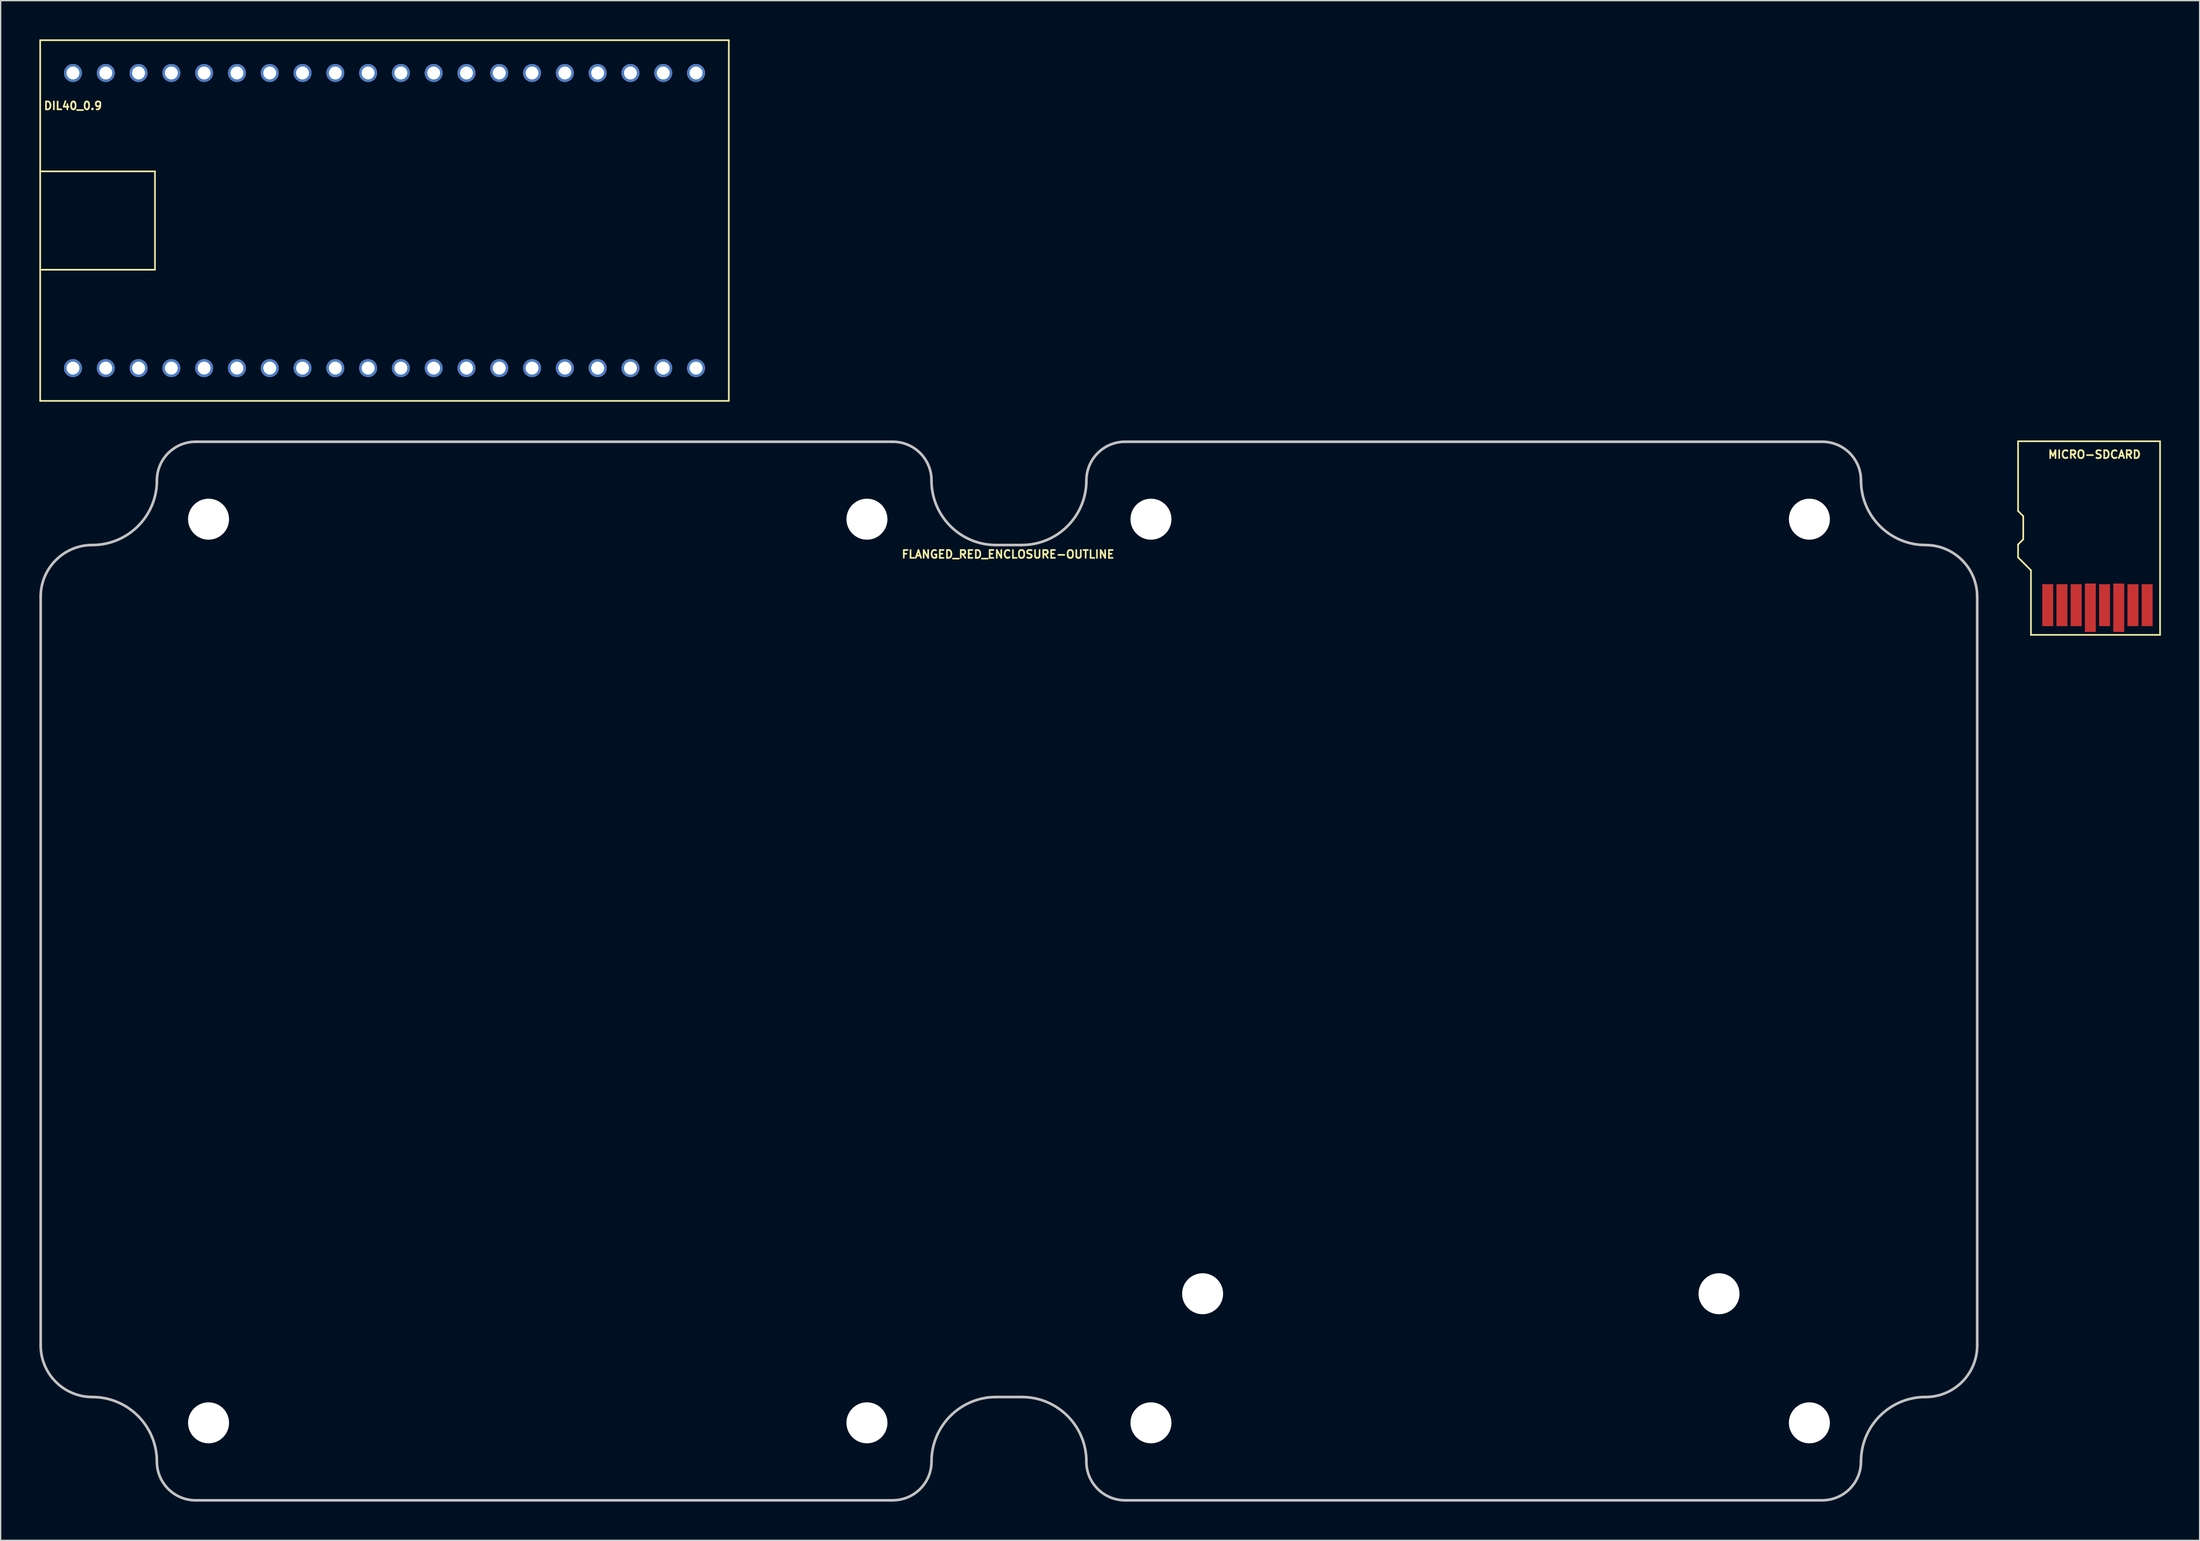
<source format=kicad_pcb>
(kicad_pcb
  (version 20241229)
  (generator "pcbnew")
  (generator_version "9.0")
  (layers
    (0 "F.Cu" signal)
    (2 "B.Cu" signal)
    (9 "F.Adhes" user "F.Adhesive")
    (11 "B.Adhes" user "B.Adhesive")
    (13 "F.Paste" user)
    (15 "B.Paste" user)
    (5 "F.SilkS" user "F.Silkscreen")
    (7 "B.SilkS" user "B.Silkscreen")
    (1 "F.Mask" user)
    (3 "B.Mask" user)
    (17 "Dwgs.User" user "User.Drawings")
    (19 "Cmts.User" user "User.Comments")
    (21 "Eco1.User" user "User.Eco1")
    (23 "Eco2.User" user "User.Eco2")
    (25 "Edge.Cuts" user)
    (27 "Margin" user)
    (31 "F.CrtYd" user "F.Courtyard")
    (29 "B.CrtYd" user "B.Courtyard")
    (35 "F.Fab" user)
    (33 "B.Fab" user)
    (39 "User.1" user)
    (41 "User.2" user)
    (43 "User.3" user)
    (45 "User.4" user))
  (footprint "MICRO-SDCARD"
    (layer "F.Cu")
    (at 159.185 38.509)
    (property "Reference" "MICRO-SDCARD" (at 0 -6.35 0) (layer "F.SilkS") (effects (font (size 0.61 0.61) (thickness 0.127))))
    (attr smd)
    (fp_line (start -5.918 -7.379) (end -5.918 -1.979) (stroke (width 0.127) (type solid)) (layer "F.SilkS"))
    (fp_line (start -5.918 -1.979) (end -5.519 -1.58) (stroke (width 0.127) (type solid)) (layer "F.SilkS"))
    (fp_line (start -5.918 0.62) (end -5.918 1.618) (stroke (width 0.127) (type solid)) (layer "F.SilkS"))
    (fp_line (start -5.918 1.618) (end -4.92 2.619) (stroke (width 0.127) (type solid)) (layer "F.SilkS"))
    (fp_line (start -5.519 -1.58) (end -5.519 0.218) (stroke (width 0.127) (type solid)) (layer "F.SilkS"))
    (fp_line (start -5.519 0.218) (end -5.918 0.62) (stroke (width 0.127) (type solid)) (layer "F.SilkS"))
    (fp_line (start -4.92 2.619) (end -4.92 7.62) (stroke (width 0.127) (type solid)) (layer "F.SilkS"))
    (fp_line (start -4.92 7.62) (end 5.08 7.62) (stroke (width 0.127) (type solid)) (layer "F.SilkS"))
    (fp_line (start 5.08 -7.379) (end -5.918 -7.379) (stroke (width 0.127) (type solid)) (layer "F.SilkS"))
    (fp_line (start 5.08 7.62) (end 5.08 -7.379) (stroke (width 0.127) (type solid)) (layer "F.SilkS"))
    (pad "CD/D" smd rect (at -2.52 5.319) (size 0.848 3.249) (layers "F.Cu" "B.Mask"))
    (pad "CLK" smd rect (at 0.78 5.319) (size 0.848 3.249) (layers "F.Cu" "B.Mask"))
    (pad "CMD" smd rect (at -1.42 5.319) (size 0.848 3.249) (layers "F.Cu" "B.Mask"))
    (pad "DAT0" smd rect (at 2.979 5.319) (size 0.848 3.249) (layers "F.Cu" "B.Mask"))
    (pad "DAT1" smd rect (at 4.079 5.319) (size 0.848 3.249) (layers "F.Cu" "B.Mask"))
    (pad "DAT2" smd rect (at -3.619 5.319) (size 0.848 3.249) (layers "F.Cu" "B.Mask"))
    (pad "GND" smd rect (at 1.88 5.519 180) (size 0.848 3.749) (layers "F.Cu" "B.Mask"))
    (pad "VCC" smd rect (at -0.318 5.519) (size 0.848 3.749) (layers "F.Cu" "B.Mask")))
  (footprint "FLANGED_RED_ENCLOSURE-OUTLINE"
    (layer "F.Cu")
    (at 75.032 72.527)
    (property "Reference" "FLANGED_RED_ENCLOSURE-OUTLINE" (at 0 -32.639 0) (layer "F.SilkS") (effects (font (size 0.61 0.61) (thickness 0.127))))
    (attr exclude_from_pos_files exclude_from_bom)
    (fp_line (start -74.93 -29.36) (end -74.93 28.639) (stroke (width 0.203) (type solid)) (layer "Dwgs.User"))
    (fp_line (start -62.928 40.64) (end -8.928 40.64) (stroke (width 0.203) (type solid)) (layer "Dwgs.User"))
    (fp_line (start -8.928 -41.359) (end -62.928 -41.359) (stroke (width 0.203) (type solid)) (layer "Dwgs.User"))
    (fp_line (start -0.93 -33.358) (end 1.069 -33.358) (stroke (width 0.203) (type solid)) (layer "Dwgs.User"))
    (fp_line (start -0.93 32.639) (end 1.069 32.639) (stroke (width 0.203) (type solid)) (layer "Dwgs.User"))
    (fp_line (start 9.068 40.64) (end 63.068 40.64) (stroke (width 0.203) (type solid)) (layer "Dwgs.User"))
    (fp_line (start 63.068 -41.359) (end 9.068 -41.359) (stroke (width 0.203) (type solid)) (layer "Dwgs.User"))
    (fp_line (start 75.07 28.639) (end 75.07 -29.36) (stroke (width 0.203) (type solid)) (layer "Dwgs.User"))
    (fp_arc (start -74.93 -29.35986) (mid -73.758281 -32.188641) (end -70.9295 -33.36036) (stroke (width 0.2032) (type solid)) (layer "Dwgs.User"))
    (fp_arc (start -70.9295 32.639) (mid -73.758281 31.467281) (end -74.93 28.6385) (stroke (width 0.2032) (type solid)) (layer "Dwgs.User"))
    (fp_arc (start -70.9295 32.639) (mid -67.394871 34.103091) (end -65.93078 37.63772) (stroke (width 0.2032) (type solid)) (layer "Dwgs.User"))
    (fp_arc (start -65.92824 -38.35908) (mid -67.393075 -34.822655) (end -70.9295 -33.35782) (stroke (width 0.2032) (type solid)) (layer "Dwgs.User"))
    (fp_arc (start -65.92824 -38.35908) (mid -65.049636 -40.480216) (end -62.9285 -41.35882) (stroke (width 0.2032) (type solid)) (layer "Dwgs.User"))
    (fp_arc (start -62.9285 40.64) (mid -65.051433 39.760653) (end -65.93078 37.63772) (stroke (width 0.2032) (type solid)) (layer "Dwgs.User"))
    (fp_arc (start -8.9281 -41.35882) (mid -6.806964 -40.480216) (end -5.92836 -38.35908) (stroke (width 0.2032) (type solid)) (layer "Dwgs.User"))
    (fp_arc (start -5.92836 37.63772) (mid -6.806964 39.758856) (end -8.9281 40.63746) (stroke (width 0.2032) (type solid)) (layer "Dwgs.User"))
    (fp_arc (start -5.92836 37.63772) (mid -4.464269 34.103091) (end -0.92964 32.639) (stroke (width 0.2032) (type solid)) (layer "Dwgs.User"))
    (fp_arc (start -0.92964 -33.35782) (mid -4.466065 -34.822655) (end -5.9309 -38.35908) (stroke (width 0.2032) (type solid)) (layer "Dwgs.User"))
    (fp_arc (start 1.06934 32.639) (mid 4.603969 34.103091) (end 6.06806 37.63772) (stroke (width 0.2032) (type solid)) (layer "Dwgs.User"))
    (fp_arc (start 6.06806 -38.35908) (mid 4.603969 -34.824451) (end 1.06934 -33.36036) (stroke (width 0.2032) (type solid)) (layer "Dwgs.User"))
    (fp_arc (start 6.06806 -38.35908) (mid 6.946664 -40.480216) (end 9.0678 -41.35882) (stroke (width 0.2032) (type solid)) (layer "Dwgs.User"))
    (fp_arc (start 9.0678 40.64) (mid 6.944867 39.760653) (end 6.06552 37.63772) (stroke (width 0.2032) (type solid)) (layer "Dwgs.User"))
    (fp_arc (start 63.0682 -41.35882) (mid 65.189336 -40.480216) (end 66.06794 -38.35908) (stroke (width 0.2032) (type solid)) (layer "Dwgs.User"))
    (fp_arc (start 66.06794 37.63772) (mid 65.189336 39.758856) (end 63.0682 40.63746) (stroke (width 0.2032) (type solid)) (layer "Dwgs.User"))
    (fp_arc (start 66.06794 37.63772) (mid 67.532775 34.101295) (end 71.0692 32.63646) (stroke (width 0.2032) (type solid)) (layer "Dwgs.User"))
    (fp_arc (start 71.0692 -33.35782) (mid 67.532775 -34.822655) (end 66.06794 -38.35908) (stroke (width 0.2032) (type solid)) (layer "Dwgs.User"))
    (fp_arc (start 71.0692 -33.35782) (mid 73.896185 -32.186845) (end 75.06716 -29.35986) (stroke (width 0.2032) (type solid)) (layer "Dwgs.User"))
    (fp_arc (start 75.0697 28.6385) (mid 73.897981 31.467281) (end 71.0692 32.639) (stroke (width 0.2032) (type solid)) (layer "Dwgs.User"))
    (pad "" np_thru_hole circle (at -61.928 -35.359) (size 3.175 3.175) (drill 3.175) (layers "*.Cu" "*.Mask"))
    (pad "" np_thru_hole circle (at -61.928 34.638) (size 3.175 3.175) (drill 3.175) (layers "*.Cu" "*.Mask"))
    (pad "" np_thru_hole circle (at -10.93 -35.359) (size 3.175 3.175) (drill 3.175) (layers "*.Cu" "*.Mask"))
    (pad "" np_thru_hole circle (at -10.93 34.638) (size 3.175 3.175) (drill 3.175) (layers "*.Cu" "*.Mask"))
    (pad "" np_thru_hole circle (at 11.069 -35.359) (size 3.175 3.175) (drill 3.175) (layers "*.Cu" "*.Mask"))
    (pad "" np_thru_hole circle (at 11.069 34.638) (size 3.175 3.175) (drill 3.175) (layers "*.Cu" "*.Mask"))
    (pad "" np_thru_hole circle (at 15.07 24.638) (size 3.175 3.175) (drill 3.175) (layers "*.Cu" "*.Mask"))
    (pad "" np_thru_hole circle (at 55.07 24.638) (size 3.175 3.175) (drill 3.175) (layers "*.Cu" "*.Mask"))
    (pad "" np_thru_hole circle (at 62.07 -35.359) (size 3.175 3.175) (drill 3.175) (layers "*.Cu" "*.Mask"))
    (pad "" np_thru_hole circle (at 62.07 34.638) (size 3.175 3.175) (drill 3.175) (layers "*.Cu" "*.Mask")))
  (footprint "DIL40_0.9"
    (layer "F.Cu")
    (at 25.463 14.034)
    (property "Reference" "DIL40_0.9" (at -22.86 -8.89 180) (layer "F.SilkS") (effects (font (size 0.61 0.61) (thickness 0.127))))
    (attr exclude_from_pos_files exclude_from_bom)
    (fp_line (start -25.4 -13.97) (end 27.94 -13.97) (stroke (width 0.127) (type solid)) (layer "F.SilkS"))
    (fp_line (start -25.4 -3.81) (end -25.4 -13.97) (stroke (width 0.127) (type solid)) (layer "F.SilkS"))
    (fp_line (start -25.4 -3.81) (end -16.51 -3.81) (stroke (width 0.127) (type solid)) (layer "F.SilkS"))
    (fp_line (start -25.4 3.81) (end -25.4 -3.81) (stroke (width 0.127) (type solid)) (layer "F.SilkS"))
    (fp_line (start -25.4 13.97) (end -25.4 3.81) (stroke (width 0.127) (type solid)) (layer "F.SilkS"))
    (fp_line (start -16.51 -3.81) (end -16.51 3.81) (stroke (width 0.127) (type solid)) (layer "F.SilkS"))
    (fp_line (start -16.51 3.81) (end -25.4 3.81) (stroke (width 0.127) (type solid)) (layer "F.SilkS"))
    (fp_line (start 27.94 -13.97) (end 27.94 13.97) (stroke (width 0.127) (type solid)) (layer "F.SilkS"))
    (fp_line (start 27.94 13.97) (end -25.4 13.97) (stroke (width 0.127) (type solid)) (layer "F.SilkS"))
    (pad "1" thru_hole circle (at -22.86 11.43) (size 1.397 1.397) (drill 0.998) (layers "*.Cu" "*.Mask"))
    (pad "2" thru_hole circle (at -20.32 11.43) (size 1.397 1.397) (drill 0.998) (layers "*.Cu" "*.Mask"))
    (pad "3" thru_hole circle (at -17.78 11.43) (size 1.397 1.397) (drill 0.998) (layers "*.Cu" "*.Mask"))
    (pad "4" thru_hole circle (at -15.24 11.43) (size 1.397 1.397) (drill 0.998) (layers "*.Cu" "*.Mask"))
    (pad "5" thru_hole circle (at -12.7 11.43) (size 1.397 1.397) (drill 0.998) (layers "*.Cu" "*.Mask"))
    (pad "6" thru_hole circle (at -10.16 11.43) (size 1.397 1.397) (drill 0.998) (layers "*.Cu" "*.Mask"))
    (pad "7" thru_hole circle (at -7.62 11.43) (size 1.397 1.397) (drill 0.998) (layers "*.Cu" "*.Mask"))
    (pad "8" thru_hole circle (at -5.08 11.43) (size 1.397 1.397) (drill 0.998) (layers "*.Cu" "*.Mask"))
    (pad "9" thru_hole circle (at -2.54 11.43) (size 1.397 1.397) (drill 0.998) (layers "*.Cu" "*.Mask"))
    (pad "10" thru_hole circle (at 0 11.43) (size 1.397 1.397) (drill 0.998) (layers "*.Cu" "*.Mask"))
    (pad "11" thru_hole circle (at 2.54 11.43) (size 1.397 1.397) (drill 0.998) (layers "*.Cu" "*.Mask"))
    (pad "12" thru_hole circle (at 5.08 11.43) (size 1.397 1.397) (drill 0.998) (layers "*.Cu" "*.Mask"))
    (pad "13" thru_hole circle (at 7.62 11.43) (size 1.397 1.397) (drill 0.998) (layers "*.Cu" "*.Mask"))
    (pad "14" thru_hole circle (at 10.16 11.43) (size 1.397 1.397) (drill 0.998) (layers "*.Cu" "*.Mask"))
    (pad "15" thru_hole circle (at 12.7 11.43) (size 1.397 1.397) (drill 0.998) (layers "*.Cu" "*.Mask"))
    (pad "16" thru_hole circle (at 15.24 11.43) (size 1.397 1.397) (drill 0.998) (layers "*.Cu" "*.Mask"))
    (pad "17" thru_hole circle (at 17.78 11.43) (size 1.397 1.397) (drill 0.998) (layers "*.Cu" "*.Mask"))
    (pad "18" thru_hole circle (at 20.32 11.43) (size 1.397 1.397) (drill 0.998) (layers "*.Cu" "*.Mask"))
    (pad "19" thru_hole circle (at 22.86 11.43) (size 1.397 1.397) (drill 0.998) (layers "*.Cu" "*.Mask"))
    (pad "20" thru_hole circle (at 25.4 11.43) (size 1.397 1.397) (drill 0.998) (layers "*.Cu" "*.Mask"))
    (pad "21" thru_hole circle (at 25.4 -11.43) (size 1.397 1.397) (drill 0.998) (layers "*.Cu" "*.Mask"))
    (pad "22" thru_hole circle (at 22.86 -11.43) (size 1.397 1.397) (drill 0.998) (layers "*.Cu" "*.Mask"))
    (pad "23" thru_hole circle (at 20.32 -11.43) (size 1.397 1.397) (drill 0.998) (layers "*.Cu" "*.Mask"))
    (pad "24" thru_hole circle (at 17.78 -11.43) (size 1.397 1.397) (drill 0.998) (layers "*.Cu" "*.Mask"))
    (pad "25" thru_hole circle (at 15.24 -11.43) (size 1.397 1.397) (drill 0.998) (layers "*.Cu" "*.Mask"))
    (pad "26" thru_hole circle (at 12.7 -11.43) (size 1.397 1.397) (drill 0.998) (layers "*.Cu" "*.Mask"))
    (pad "27" thru_hole circle (at 10.16 -11.43) (size 1.397 1.397) (drill 0.998) (layers "*.Cu" "*.Mask"))
    (pad "28" thru_hole circle (at 7.62 -11.43) (size 1.397 1.397) (drill 0.998) (layers "*.Cu" "*.Mask"))
    (pad "29" thru_hole circle (at 5.08 -11.43) (size 1.397 1.397) (drill 0.998) (layers "*.Cu" "*.Mask"))
    (pad "30" thru_hole circle (at 2.54 -11.43) (size 1.397 1.397) (drill 0.998) (layers "*.Cu" "*.Mask"))
    (pad "31" thru_hole circle (at 0 -11.43) (size 1.397 1.397) (drill 0.998) (layers "*.Cu" "*.Mask"))
    (pad "32" thru_hole circle (at -2.54 -11.43) (size 1.397 1.397) (drill 0.998) (layers "*.Cu" "*.Mask"))
    (pad "33" thru_hole circle (at -5.08 -11.43) (size 1.397 1.397) (drill 0.998) (layers "*.Cu" "*.Mask"))
    (pad "34" thru_hole circle (at -7.62 -11.43) (size 1.397 1.397) (drill 0.998) (layers "*.Cu" "*.Mask"))
    (pad "35" thru_hole circle (at -10.16 -11.43) (size 1.397 1.397) (drill 0.998) (layers "*.Cu" "*.Mask"))
    (pad "36" thru_hole circle (at -12.7 -11.43) (size 1.397 1.397) (drill 0.998) (layers "*.Cu" "*.Mask"))
    (pad "37" thru_hole circle (at -15.24 -11.43) (size 1.397 1.397) (drill 0.998) (layers "*.Cu" "*.Mask"))
    (pad "38" thru_hole circle (at -17.78 -11.43) (size 1.397 1.397) (drill 0.998) (layers "*.Cu" "*.Mask"))
    (pad "39" thru_hole circle (at -20.32 -11.43) (size 1.397 1.397) (drill 0.998) (layers "*.Cu" "*.Mask"))
    (pad "40" thru_hole circle (at -22.86 -11.43) (size 1.397 1.397) (drill 0.998) (layers "*.Cu" "*.Mask")))
  (gr_rect
    (start -3 -3)
    (end 167.328 116.269)
    (stroke (width 0.1) (type default))
    (fill no)
    (layer "Edge.Cuts")))
</source>
